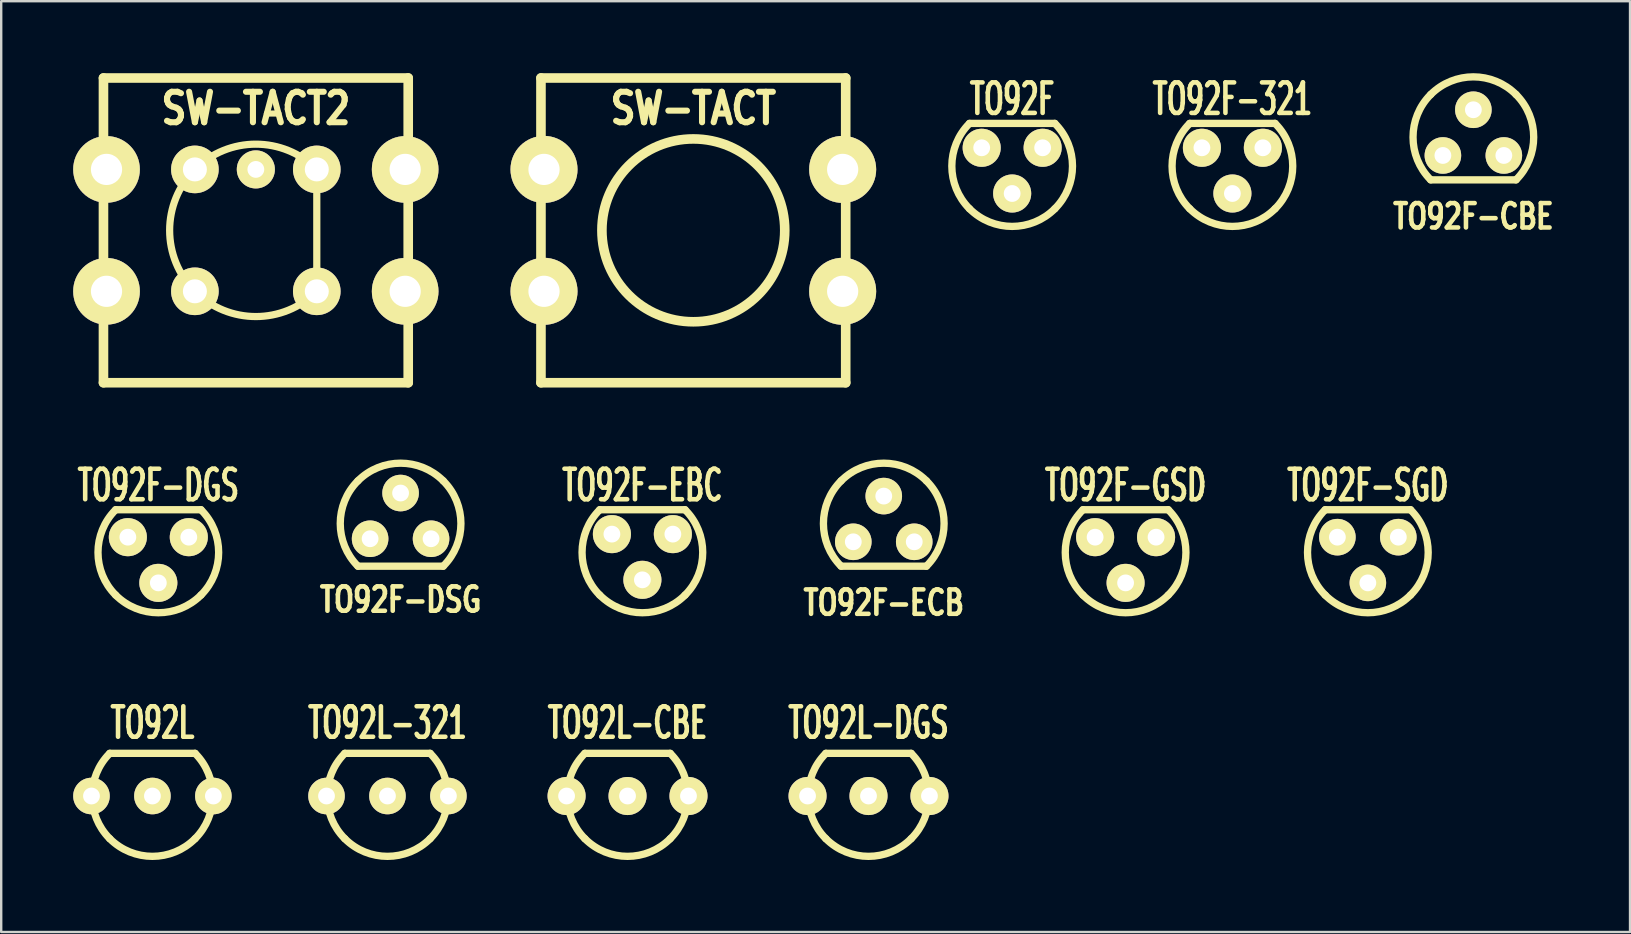
<source format=kicad_pcb>
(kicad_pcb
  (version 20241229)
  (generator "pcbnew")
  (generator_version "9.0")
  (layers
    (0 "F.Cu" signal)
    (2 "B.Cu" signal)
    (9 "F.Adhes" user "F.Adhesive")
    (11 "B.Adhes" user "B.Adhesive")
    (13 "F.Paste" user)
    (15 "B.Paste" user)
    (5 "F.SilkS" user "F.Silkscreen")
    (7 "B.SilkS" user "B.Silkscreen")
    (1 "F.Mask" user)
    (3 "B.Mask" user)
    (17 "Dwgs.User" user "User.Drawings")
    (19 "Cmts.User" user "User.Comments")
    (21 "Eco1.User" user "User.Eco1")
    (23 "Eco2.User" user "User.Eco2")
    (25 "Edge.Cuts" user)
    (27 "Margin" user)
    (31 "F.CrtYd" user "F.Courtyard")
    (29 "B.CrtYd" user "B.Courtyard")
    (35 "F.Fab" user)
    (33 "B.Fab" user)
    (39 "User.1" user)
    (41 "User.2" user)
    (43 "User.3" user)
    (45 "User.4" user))
  (footprint "SW-TACT2"
    (layer "F.Cu")
    (at 7.612 6.55)
    (property "Reference" "SW-TACT2" (at 0 -5.08 0) (layer "F.SilkS") (effects (font (size 1.27 1.016) (thickness 0.254))))
    (attr through_hole)
    (fp_line (start -6.35 -6.35) (end 6.35 -6.35) (stroke (width 0.4) (type solid)) (layer "F.SilkS"))
    (fp_line (start -6.35 6.35) (end -6.35 -6.35) (stroke (width 0.4) (type solid)) (layer "F.SilkS"))
    (fp_line (start 2.54 -2.54) (end 2.54 2.54) (stroke (width 0.3) (type solid)) (layer "F.SilkS"))
    (fp_line (start 6.35 -6.35) (end 6.35 6.35) (stroke (width 0.4) (type solid)) (layer "F.SilkS"))
    (fp_line (start 6.35 6.35) (end -6.35 6.35) (stroke (width 0.4) (type solid)) (layer "F.SilkS"))
    (fp_arc (start 2.54 2.54) (mid -3.592102 0) (end 2.54 -2.54) (stroke (width 0.3) (type solid)) (layer "F.SilkS"))
    (pad "1" thru_hole circle (at -6.223 2.54) (size 2.778 2.778) (drill 1.3) (layers "*.Cu" "*.Mask" "F.SilkS"))
    (pad "1" thru_hole circle (at -2.54 2.54) (size 1.984 1.984) (drill 1) (layers "*.Cu" "*.Mask" "F.SilkS"))
    (pad "1" thru_hole circle (at 0 -2.54) (size 1.587 1.587) (drill 0.7) (layers "*.Cu" "*.Mask" "F.SilkS"))
    (pad "1" thru_hole circle (at 2.54 2.54) (size 1.984 1.984) (drill 1) (layers "*.Cu" "*.Mask" "F.SilkS"))
    (pad "1" thru_hole circle (at 6.223 2.54) (size 2.778 2.778) (drill 1.3) (layers "*.Cu" "*.Mask" "F.SilkS"))
    (pad "2" thru_hole circle (at -6.223 -2.54) (size 2.778 2.778) (drill 1.3) (layers "*.Cu" "*.Mask" "F.SilkS"))
    (pad "2" thru_hole circle (at -2.54 -2.54) (size 1.984 1.984) (drill 1) (layers "*.Cu" "*.Mask" "F.SilkS"))
    (pad "2" thru_hole circle (at 2.54 -2.54) (size 1.984 1.984) (drill 1) (layers "*.Cu" "*.Mask" "F.SilkS"))
    (pad "2" thru_hole circle (at 6.223 -2.54) (size 2.778 2.778) (drill 1.3) (layers "*.Cu" "*.Mask" "F.SilkS")))
  (footprint "TO92F-SGD"
    (layer "F.Cu")
    (at 53.954 20.606)
    (property "Reference" "TO92F-SGD" (at 0 -3.429 0) (layer "F.SilkS") (effects (font (size 1.27 0.762) (thickness 0.191))))
    (attr through_hole)
    (fp_line (start -1.778 -2.413) (end 1.778 -2.413) (stroke (width 0.305) (type solid)) (layer "F.SilkS"))
    (fp_arc (start -1.778 1.143) (mid -2.514472 -0.635) (end -1.778 -2.413) (stroke (width 0.3048) (type solid)) (layer "F.SilkS"))
    (fp_arc (start 1.778 -2.413) (mid 2.514472 -0.635) (end 1.778 1.143) (stroke (width 0.3048) (type solid)) (layer "F.SilkS"))
    (fp_arc (start 1.778 1.143) (mid 0 1.879472) (end -1.778 1.143) (stroke (width 0.3048) (type solid)) (layer "F.SilkS"))
    (pad "D" thru_hole circle (at -1.27 -1.27) (size 1.524 1.524) (drill 0.7) (layers "*.Cu" "*.Mask" "F.SilkS"))
    (pad "G" thru_hole circle (at 0 0.635) (size 1.524 1.524) (drill 0.7) (layers "*.Cu" "*.Mask" "F.SilkS"))
    (pad "S" thru_hole circle (at 1.27 -1.27) (size 1.524 1.524) (drill 0.7) (layers "*.Cu" "*.Mask" "F.SilkS")))
  (footprint "TO92L-321"
    (layer "F.Cu")
    (at 13.097 30.123)
    (property "Reference" "TO92L-321" (at 0 -3.048 0) (layer "F.SilkS") (effects (font (size 1.27 0.762) (thickness 0.191))))
    (attr through_hole)
    (fp_line (start -1.778 -1.778) (end 1.778 -1.778) (stroke (width 0.305) (type solid)) (layer "F.SilkS"))
    (fp_arc (start -1.778 1.778) (mid -2.514472 0) (end -1.778 -1.778) (stroke (width 0.3048) (type solid)) (layer "F.SilkS"))
    (fp_arc (start 1.778 -1.778) (mid 2.514472 0) (end 1.778 1.778) (stroke (width 0.3048) (type solid)) (layer "F.SilkS"))
    (fp_arc (start 1.778 1.778) (mid 0 2.514472) (end -1.778 1.778) (stroke (width 0.3048) (type solid)) (layer "F.SilkS"))
    (pad "1" thru_hole circle (at -2.54 0) (size 1.524 1.524) (drill 0.7) (layers "*.Cu" "*.Mask" "F.SilkS"))
    (pad "2" thru_hole circle (at 0 0) (size 1.524 1.524) (drill 0.7) (layers "*.Cu" "*.Mask" "F.SilkS"))
    (pad "3" thru_hole circle (at 2.54 0) (size 1.524 1.524) (drill 0.7) (layers "*.Cu" "*.Mask" "F.SilkS")))
  (footprint "TO92L"
    (layer "F.Cu")
    (at 3.302 30.123)
    (property "Reference" "TO92L" (at 0 -3.048 0) (layer "F.SilkS") (effects (font (size 1.27 0.762) (thickness 0.191))))
    (attr through_hole)
    (fp_line (start -1.778 -1.778) (end 1.778 -1.778) (stroke (width 0.305) (type solid)) (layer "F.SilkS"))
    (fp_arc (start -1.778 1.778) (mid -2.514472 0) (end -1.778 -1.778) (stroke (width 0.3048) (type solid)) (layer "F.SilkS"))
    (fp_arc (start 1.778 -1.778) (mid 2.514472 0) (end 1.778 1.778) (stroke (width 0.3048) (type solid)) (layer "F.SilkS"))
    (fp_arc (start 1.778 1.778) (mid 0 2.514472) (end -1.778 1.778) (stroke (width 0.3048) (type solid)) (layer "F.SilkS"))
    (pad "1" thru_hole circle (at 2.54 0) (size 1.524 1.524) (drill 0.7) (layers "*.Cu" "*.Mask" "F.SilkS"))
    (pad "2" thru_hole circle (at 0 0) (size 1.524 1.524) (drill 0.7) (layers "*.Cu" "*.Mask" "F.SilkS"))
    (pad "3" thru_hole circle (at -2.54 0) (size 1.524 1.524) (drill 0.7) (layers "*.Cu" "*.Mask" "F.SilkS")))
  (footprint "TO92F-ECB"
    (layer "F.Cu")
    (at 33.78 19.529)
    (property "Reference" "TO92F-ECB" (at 0 2.54 0) (layer "F.SilkS") (effects (font (size 1.016 0.762) (thickness 0.191))))
    (attr through_hole)
    (fp_line (start 1.778 1.016) (end -1.778 1.016) (stroke (width 0.305) (type solid)) (layer "F.SilkS"))
    (fp_arc (start -1.778 -2.54) (mid 0 -3.276472) (end 1.778 -2.54) (stroke (width 0.3048) (type solid)) (layer "F.SilkS"))
    (fp_arc (start -1.778 1.016) (mid -2.514472 -0.762) (end -1.778 -2.54) (stroke (width 0.3048) (type solid)) (layer "F.SilkS"))
    (fp_arc (start 1.778 -2.54) (mid 2.514472 -0.762) (end 1.778 1.016) (stroke (width 0.3048) (type solid)) (layer "F.SilkS"))
    (pad "b" thru_hole circle (at 1.27 0) (size 1.524 1.524) (drill 0.7) (layers "*.Cu" "*.Mask" "F.SilkS"))
    (pad "c" thru_hole circle (at 0 -1.905) (size 1.524 1.524) (drill 0.7) (layers "*.Cu" "*.Mask" "F.SilkS"))
    (pad "e" thru_hole circle (at -1.27 0) (size 1.524 1.524) (drill 0.7) (layers "*.Cu" "*.Mask" "F.SilkS")))
  (footprint "TO92F-DSG"
    (layer "F.Cu")
    (at 13.644 19.402)
    (property "Reference" "TO92F-DSG" (at 0 2.54 0) (layer "F.SilkS") (effects (font (size 1.016 0.762) (thickness 0.191))))
    (attr through_hole)
    (fp_line (start 1.778 1.143) (end -1.778 1.143) (stroke (width 0.305) (type solid)) (layer "F.SilkS"))
    (fp_arc (start -1.778 -2.413) (mid 0 -3.149472) (end 1.778 -2.413) (stroke (width 0.3048) (type solid)) (layer "F.SilkS"))
    (fp_arc (start -1.778 1.143) (mid -2.514472 -0.635) (end -1.778 -2.413) (stroke (width 0.3048) (type solid)) (layer "F.SilkS"))
    (fp_arc (start 1.778 -2.413) (mid 2.514472 -0.635) (end 1.778 1.143) (stroke (width 0.3048) (type solid)) (layer "F.SilkS"))
    (pad "d" thru_hole circle (at -1.27 0) (size 1.524 1.524) (drill 0.7) (layers "*.Cu" "*.Mask" "F.SilkS"))
    (pad "g" thru_hole circle (at 1.27 0) (size 1.524 1.524) (drill 0.7) (layers "*.Cu" "*.Mask" "F.SilkS"))
    (pad "s" thru_hole circle (at 0 -1.905) (size 1.524 1.524) (drill 0.7) (layers "*.Cu" "*.Mask" "F.SilkS")))
  (footprint "TO92L-CBE"
    (layer "F.Cu")
    (at 23.102 30.123)
    (property "Reference" "TO92L-CBE" (at 0 -3.048 0) (layer "F.SilkS") (effects (font (size 1.27 0.762) (thickness 0.191))))
    (attr through_hole)
    (fp_line (start -1.778 -1.778) (end 1.778 -1.778) (stroke (width 0.305) (type solid)) (layer "F.SilkS"))
    (fp_arc (start -1.778 1.778) (mid -2.514472 0) (end -1.778 -1.778) (stroke (width 0.3048) (type solid)) (layer "F.SilkS"))
    (fp_arc (start 1.778 -1.778) (mid 2.514472 0) (end 1.778 1.778) (stroke (width 0.3048) (type solid)) (layer "F.SilkS"))
    (fp_arc (start 1.778 1.778) (mid 0 2.514472) (end -1.778 1.778) (stroke (width 0.3048) (type solid)) (layer "F.SilkS"))
    (pad "B" thru_hole circle (at 0 0) (size 1.587 1.587) (drill 0.7) (layers "*.Cu" "*.Mask" "F.SilkS"))
    (pad "C" thru_hole circle (at 2.54 0) (size 1.587 1.587) (drill 0.7) (layers "*.Cu" "*.Mask" "F.SilkS"))
    (pad "E" thru_hole circle (at -2.54 0) (size 1.587 1.587) (drill 0.7) (layers "*.Cu" "*.Mask" "F.SilkS")))
  (footprint "SW-TACT"
    (layer "F.Cu")
    (at 25.844 6.55)
    (property "Reference" "SW-TACT" (at 0 -5.08 0) (layer "F.SilkS") (effects (font (size 1.27 1.016) (thickness 0.254))))
    (attr through_hole)
    (fp_line (start -6.35 -6.35) (end 6.35 -6.35) (stroke (width 0.4) (type solid)) (layer "F.SilkS"))
    (fp_line (start -6.35 6.35) (end -6.35 -6.35) (stroke (width 0.4) (type solid)) (layer "F.SilkS"))
    (fp_line (start 6.35 -6.35) (end 6.35 6.35) (stroke (width 0.4) (type solid)) (layer "F.SilkS"))
    (fp_line (start 6.35 6.35) (end -6.35 6.35) (stroke (width 0.4) (type solid)) (layer "F.SilkS"))
    (fp_circle (center 0 0) (end 0 -3.81) (stroke (width 0.4) (type solid)) (fill no) (layer "F.SilkS"))
    (pad "1" thru_hole circle (at -6.223 2.54) (size 2.794 2.794) (drill 1.3) (layers "*.Cu" "*.Mask" "F.SilkS"))
    (pad "1" thru_hole circle (at 6.223 2.54) (size 2.794 2.794) (drill 1.3) (layers "*.Cu" "*.Mask" "F.SilkS"))
    (pad "2" thru_hole circle (at -6.223 -2.54) (size 2.794 2.794) (drill 1.3) (layers "*.Cu" "*.Mask" "F.SilkS"))
    (pad "2" thru_hole circle (at 6.223 -2.54) (size 2.794 2.794) (drill 1.3) (layers "*.Cu" "*.Mask" "F.SilkS")))
  (footprint "TO92F-GSD"
    (layer "F.Cu")
    (at 43.858 20.606)
    (property "Reference" "TO92F-GSD" (at 0 -3.429 0) (layer "F.SilkS") (effects (font (size 1.27 0.762) (thickness 0.191))))
    (attr through_hole)
    (fp_line (start -1.778 -2.413) (end 1.778 -2.413) (stroke (width 0.305) (type solid)) (layer "F.SilkS"))
    (fp_arc (start -1.778 1.143) (mid -2.514472 -0.635) (end -1.778 -2.413) (stroke (width 0.3048) (type solid)) (layer "F.SilkS"))
    (fp_arc (start 1.778 -2.413) (mid 2.514472 -0.635) (end 1.778 1.143) (stroke (width 0.3048) (type solid)) (layer "F.SilkS"))
    (fp_arc (start 1.778 1.143) (mid 0 1.879472) (end -1.778 1.143) (stroke (width 0.3048) (type solid)) (layer "F.SilkS"))
    (pad "D" thru_hole circle (at -1.27 -1.27) (size 1.587 1.587) (drill 0.7) (layers "*.Cu" "*.Mask" "F.SilkS"))
    (pad "G" thru_hole circle (at 1.27 -1.27) (size 1.587 1.587) (drill 0.7) (layers "*.Cu" "*.Mask" "F.SilkS"))
    (pad "S" thru_hole circle (at 0 0.635) (size 1.587 1.587) (drill 0.7) (layers "*.Cu" "*.Mask" "F.SilkS")))
  (footprint "TO92L-DGS"
    (layer "F.Cu")
    (at 33.144 30.123)
    (property "Reference" "TO92L-DGS" (at 0 -3.048 0) (layer "F.SilkS") (effects (font (size 1.27 0.762) (thickness 0.191))))
    (attr through_hole)
    (fp_line (start -1.778 -1.778) (end 1.778 -1.778) (stroke (width 0.305) (type solid)) (layer "F.SilkS"))
    (fp_arc (start -1.778 1.778) (mid -2.514472 0) (end -1.778 -1.778) (stroke (width 0.3048) (type solid)) (layer "F.SilkS"))
    (fp_arc (start 1.778 -1.778) (mid 2.514472 0) (end 1.778 1.778) (stroke (width 0.3048) (type solid)) (layer "F.SilkS"))
    (fp_arc (start 1.778 1.778) (mid 0 2.514472) (end -1.778 1.778) (stroke (width 0.3048) (type solid)) (layer "F.SilkS"))
    (pad "D" thru_hole circle (at 2.54 0) (size 1.587 1.587) (drill 0.7) (layers "*.Cu" "*.Mask" "F.SilkS"))
    (pad "G" thru_hole circle (at 0 0) (size 1.587 1.587) (drill 0.7) (layers "*.Cu" "*.Mask" "F.SilkS"))
    (pad "S" thru_hole circle (at -2.54 0) (size 1.587 1.587) (drill 0.7) (layers "*.Cu" "*.Mask" "F.SilkS")))
  (footprint "TO92F-321"
    (layer "F.Cu")
    (at 48.309 4.379)
    (property "Reference" "TO92F-321" (at 0 -3.302 0) (layer "F.SilkS") (effects (font (size 1.27 0.762) (thickness 0.191))))
    (attr through_hole)
    (fp_line (start -1.778 -2.286) (end 1.778 -2.286) (stroke (width 0.305) (type solid)) (layer "F.SilkS"))
    (fp_arc (start -1.778 1.27) (mid -2.514472 -0.508) (end -1.778 -2.286) (stroke (width 0.3048) (type solid)) (layer "F.SilkS"))
    (fp_arc (start 1.778 -2.286) (mid 2.514472 -0.508) (end 1.778 1.27) (stroke (width 0.3048) (type solid)) (layer "F.SilkS"))
    (fp_arc (start 1.778 1.27) (mid 0 2.006472) (end -1.778 1.27) (stroke (width 0.3048) (type solid)) (layer "F.SilkS"))
    (pad "1" thru_hole circle (at -1.27 -1.27) (size 1.587 1.587) (drill 0.7) (layers "*.Cu" "*.Mask" "F.SilkS"))
    (pad "2" thru_hole circle (at 0 0.635) (size 1.587 1.587) (drill 0.7) (layers "*.Cu" "*.Mask" "F.SilkS"))
    (pad "3" thru_hole circle (at 1.27 -1.27) (size 1.587 1.587) (drill 0.7) (layers "*.Cu" "*.Mask" "F.SilkS")))
  (footprint "TO92F-CBE"
    (layer "F.Cu")
    (at 58.351 3.429)
    (property "Reference" "TO92F-CBE" (at 0 2.54 0) (layer "F.SilkS") (effects (font (size 1.016 0.762) (thickness 0.191))))
    (attr through_hole)
    (fp_line (start 1.778 1.016) (end -1.778 1.016) (stroke (width 0.305) (type solid)) (layer "F.SilkS"))
    (fp_arc (start -1.778 -2.54) (mid 0 -3.276472) (end 1.778 -2.54) (stroke (width 0.3048) (type solid)) (layer "F.SilkS"))
    (fp_arc (start -1.778 1.016) (mid -2.514472 -0.762) (end -1.778 -2.54) (stroke (width 0.3048) (type solid)) (layer "F.SilkS"))
    (fp_arc (start 1.778 -2.54) (mid 2.514472 -0.762) (end 1.778 1.016) (stroke (width 0.3048) (type solid)) (layer "F.SilkS"))
    (pad "b" thru_hole circle (at 0 -1.905) (size 1.524 1.524) (drill 0.7) (layers "*.Cu" "*.Mask" "F.SilkS"))
    (pad "c" thru_hole circle (at -1.27 0) (size 1.524 1.524) (drill 0.7) (layers "*.Cu" "*.Mask" "F.SilkS"))
    (pad "e" thru_hole circle (at 1.27 0) (size 1.524 1.524) (drill 0.7) (layers "*.Cu" "*.Mask" "F.SilkS")))
  (footprint "TO92F-EBC"
    (layer "F.Cu")
    (at 23.721 20.479)
    (property "Reference" "TO92F-EBC" (at 0 -3.302 0) (layer "F.SilkS") (effects (font (size 1.27 0.762) (thickness 0.191))))
    (attr through_hole)
    (fp_line (start -1.778 -2.286) (end 1.778 -2.286) (stroke (width 0.305) (type solid)) (layer "F.SilkS"))
    (fp_arc (start -1.778 1.27) (mid -2.514472 -0.508) (end -1.778 -2.286) (stroke (width 0.3048) (type solid)) (layer "F.SilkS"))
    (fp_arc (start 1.778 -2.286) (mid 2.514472 -0.508) (end 1.778 1.27) (stroke (width 0.3048) (type solid)) (layer "F.SilkS"))
    (fp_arc (start 1.778 1.27) (mid 0 2.006472) (end -1.778 1.27) (stroke (width 0.3048) (type solid)) (layer "F.SilkS"))
    (pad "B" thru_hole circle (at 0 0.635) (size 1.587 1.587) (drill 0.7) (layers "*.Cu" "*.Mask" "F.SilkS"))
    (pad "C" thru_hole circle (at -1.27 -1.27) (size 1.587 1.587) (drill 0.7) (layers "*.Cu" "*.Mask" "F.SilkS"))
    (pad "E" thru_hole circle (at 1.27 -1.27) (size 1.587 1.587) (drill 0.7) (layers "*.Cu" "*.Mask" "F.SilkS")))
  (footprint "TO92F"
    (layer "F.Cu")
    (at 39.131 4.379)
    (property "Reference" "TO92F" (at 0 -3.302 0) (layer "F.SilkS") (effects (font (size 1.27 0.762) (thickness 0.191))))
    (attr through_hole)
    (fp_line (start -1.778 -2.286) (end 1.778 -2.286) (stroke (width 0.305) (type solid)) (layer "F.SilkS"))
    (fp_arc (start -1.778 1.27) (mid -2.514472 -0.508) (end -1.778 -2.286) (stroke (width 0.3048) (type solid)) (layer "F.SilkS"))
    (fp_arc (start 1.778 -2.286) (mid 2.514472 -0.508) (end 1.778 1.27) (stroke (width 0.3048) (type solid)) (layer "F.SilkS"))
    (fp_arc (start 1.778 1.27) (mid 0 2.006472) (end -1.778 1.27) (stroke (width 0.3048) (type solid)) (layer "F.SilkS"))
    (pad "1" thru_hole circle (at 1.27 -1.27) (size 1.587 1.587) (drill 0.7) (layers "*.Cu" "*.Mask" "F.SilkS"))
    (pad "2" thru_hole circle (at 0 0.635) (size 1.587 1.587) (drill 0.7) (layers "*.Cu" "*.Mask" "F.SilkS"))
    (pad "3" thru_hole circle (at -1.27 -1.27) (size 1.587 1.587) (drill 0.7) (layers "*.Cu" "*.Mask" "F.SilkS")))
  (footprint "TO92F-DGS"
    (layer "F.Cu")
    (at 3.548 20.606)
    (property "Reference" "TO92F-DGS" (at 0 -3.429 0) (layer "F.SilkS") (effects (font (size 1.27 0.762) (thickness 0.191))))
    (attr through_hole)
    (fp_line (start -1.778 -2.413) (end 1.778 -2.413) (stroke (width 0.305) (type solid)) (layer "F.SilkS"))
    (fp_arc (start -1.778 1.143) (mid -2.514472 -0.635) (end -1.778 -2.413) (stroke (width 0.3048) (type solid)) (layer "F.SilkS"))
    (fp_arc (start 1.778 -2.413) (mid 2.514472 -0.635) (end 1.778 1.143) (stroke (width 0.3048) (type solid)) (layer "F.SilkS"))
    (fp_arc (start 1.778 1.143) (mid 0 1.879472) (end -1.778 1.143) (stroke (width 0.3048) (type solid)) (layer "F.SilkS"))
    (pad "D" thru_hole circle (at 1.27 -1.27) (size 1.587 1.587) (drill 0.7) (layers "*.Cu" "*.Mask" "F.SilkS"))
    (pad "G" thru_hole circle (at 0 0.635) (size 1.587 1.587) (drill 0.7) (layers "*.Cu" "*.Mask" "F.SilkS"))
    (pad "S" thru_hole circle (at -1.27 -1.27) (size 1.587 1.587) (drill 0.7) (layers "*.Cu" "*.Mask" "F.SilkS")))
  (gr_rect
    (start -3 -3)
    (end 64.88 35.79)
    (stroke (width 0.1) (type default))
    (fill no)
    (layer "Edge.Cuts")))
</source>
